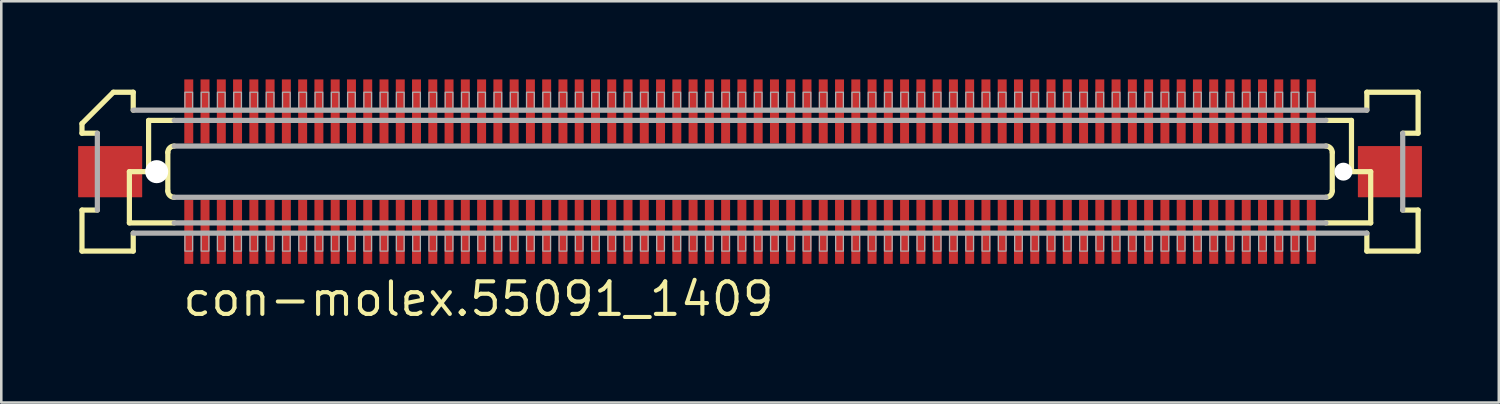
<source format=kicad_pcb>
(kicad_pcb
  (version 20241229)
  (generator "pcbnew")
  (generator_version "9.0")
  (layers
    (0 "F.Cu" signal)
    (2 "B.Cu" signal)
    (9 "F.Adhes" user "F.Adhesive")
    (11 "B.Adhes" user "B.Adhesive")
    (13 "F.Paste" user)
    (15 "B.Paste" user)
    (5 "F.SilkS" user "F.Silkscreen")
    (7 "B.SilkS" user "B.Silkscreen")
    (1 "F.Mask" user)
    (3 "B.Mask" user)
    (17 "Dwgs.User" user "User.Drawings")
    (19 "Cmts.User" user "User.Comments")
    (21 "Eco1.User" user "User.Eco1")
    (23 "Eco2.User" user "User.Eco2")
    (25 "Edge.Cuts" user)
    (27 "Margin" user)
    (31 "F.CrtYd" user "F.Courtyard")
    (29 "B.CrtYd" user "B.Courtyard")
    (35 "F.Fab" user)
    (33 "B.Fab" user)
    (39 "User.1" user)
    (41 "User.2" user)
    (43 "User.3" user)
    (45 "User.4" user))
  (footprint "con-molex.55091_1409"
    (layer "F.Cu")
    (at 26.225 3.65)
    (property "Reference" "con-molex.55091_1409" (at -22.225 5.715 0) (layer "F.SilkS") (effects (font (size 1.27 1.27) (thickness 0.16)) (justify left bottom)))
    (attr smd)
    (fp_rect (start -22.108 -1.075) (end -21.707 -3.625) (stroke (width 0.05) (type default)) (fill yes) (layer "F.Mask"))
    (fp_rect (start -22.108 3.625) (end -21.707 1.075) (stroke (width 0.05) (type default)) (fill yes) (layer "F.Mask"))
    (fp_rect (start -21.473 -1.075) (end -21.073 -3.625) (stroke (width 0.05) (type default)) (fill yes) (layer "F.Mask"))
    (fp_rect (start -21.473 3.625) (end -21.073 1.075) (stroke (width 0.05) (type default)) (fill yes) (layer "F.Mask"))
    (fp_rect (start -20.837 -1.075) (end -20.438 -3.625) (stroke (width 0.05) (type default)) (fill yes) (layer "F.Mask"))
    (fp_rect (start -20.837 3.625) (end -20.438 1.075) (stroke (width 0.05) (type default)) (fill yes) (layer "F.Mask"))
    (fp_rect (start -20.203 -1.075) (end -19.802 -3.625) (stroke (width 0.05) (type default)) (fill yes) (layer "F.Mask"))
    (fp_rect (start -20.203 3.625) (end -19.802 1.075) (stroke (width 0.05) (type default)) (fill yes) (layer "F.Mask"))
    (fp_rect (start -19.567 -1.075) (end -19.168 -3.625) (stroke (width 0.05) (type default)) (fill yes) (layer "F.Mask"))
    (fp_rect (start -19.567 3.625) (end -19.168 1.075) (stroke (width 0.05) (type default)) (fill yes) (layer "F.Mask"))
    (fp_rect (start -18.933 -1.075) (end -18.532 -3.625) (stroke (width 0.05) (type default)) (fill yes) (layer "F.Mask"))
    (fp_rect (start -18.933 3.625) (end -18.532 1.075) (stroke (width 0.05) (type default)) (fill yes) (layer "F.Mask"))
    (fp_rect (start -18.297 -1.075) (end -17.898 -3.625) (stroke (width 0.05) (type default)) (fill yes) (layer "F.Mask"))
    (fp_rect (start -18.297 3.625) (end -17.898 1.075) (stroke (width 0.05) (type default)) (fill yes) (layer "F.Mask"))
    (fp_rect (start -17.663 -1.075) (end -17.262 -3.625) (stroke (width 0.05) (type default)) (fill yes) (layer "F.Mask"))
    (fp_rect (start -17.663 3.625) (end -17.262 1.075) (stroke (width 0.05) (type default)) (fill yes) (layer "F.Mask"))
    (fp_rect (start -17.027 -1.075) (end -16.628 -3.625) (stroke (width 0.05) (type default)) (fill yes) (layer "F.Mask"))
    (fp_rect (start -17.027 3.625) (end -16.628 1.075) (stroke (width 0.05) (type default)) (fill yes) (layer "F.Mask"))
    (fp_rect (start -16.392 -1.075) (end -15.992 -3.625) (stroke (width 0.05) (type default)) (fill yes) (layer "F.Mask"))
    (fp_rect (start -16.392 3.625) (end -15.992 1.075) (stroke (width 0.05) (type default)) (fill yes) (layer "F.Mask"))
    (fp_rect (start -15.758 -1.075) (end -15.357 -3.625) (stroke (width 0.05) (type default)) (fill yes) (layer "F.Mask"))
    (fp_rect (start -15.758 3.625) (end -15.357 1.075) (stroke (width 0.05) (type default)) (fill yes) (layer "F.Mask"))
    (fp_rect (start -15.123 -1.075) (end -14.723 -3.625) (stroke (width 0.05) (type default)) (fill yes) (layer "F.Mask"))
    (fp_rect (start -15.123 3.625) (end -14.723 1.075) (stroke (width 0.05) (type default)) (fill yes) (layer "F.Mask"))
    (fp_rect (start -14.488 -1.075) (end -14.088 -3.625) (stroke (width 0.05) (type default)) (fill yes) (layer "F.Mask"))
    (fp_rect (start -14.488 3.625) (end -14.088 1.075) (stroke (width 0.05) (type default)) (fill yes) (layer "F.Mask"))
    (fp_rect (start -13.852 -1.075) (end -13.453 -3.625) (stroke (width 0.05) (type default)) (fill yes) (layer "F.Mask"))
    (fp_rect (start -13.852 3.625) (end -13.453 1.075) (stroke (width 0.05) (type default)) (fill yes) (layer "F.Mask"))
    (fp_rect (start -13.217 -1.075) (end -12.818 -3.625) (stroke (width 0.05) (type default)) (fill yes) (layer "F.Mask"))
    (fp_rect (start -13.217 3.625) (end -12.818 1.075) (stroke (width 0.05) (type default)) (fill yes) (layer "F.Mask"))
    (fp_rect (start -12.582 -1.075) (end -12.182 -3.625) (stroke (width 0.05) (type default)) (fill yes) (layer "F.Mask"))
    (fp_rect (start -12.582 3.625) (end -12.182 1.075) (stroke (width 0.05) (type default)) (fill yes) (layer "F.Mask"))
    (fp_rect (start -11.947 -1.075) (end -11.547 -3.625) (stroke (width 0.05) (type default)) (fill yes) (layer "F.Mask"))
    (fp_rect (start -11.947 3.625) (end -11.547 1.075) (stroke (width 0.05) (type default)) (fill yes) (layer "F.Mask"))
    (fp_rect (start -11.312 -1.075) (end -10.912 -3.625) (stroke (width 0.05) (type default)) (fill yes) (layer "F.Mask"))
    (fp_rect (start -11.312 3.625) (end -10.912 1.075) (stroke (width 0.05) (type default)) (fill yes) (layer "F.Mask"))
    (fp_rect (start -10.678 -1.075) (end -10.277 -3.625) (stroke (width 0.05) (type default)) (fill yes) (layer "F.Mask"))
    (fp_rect (start -10.678 3.625) (end -10.277 1.075) (stroke (width 0.05) (type default)) (fill yes) (layer "F.Mask"))
    (fp_rect (start -10.043 -1.075) (end -9.643 -3.625) (stroke (width 0.05) (type default)) (fill yes) (layer "F.Mask"))
    (fp_rect (start -10.043 3.625) (end -9.643 1.075) (stroke (width 0.05) (type default)) (fill yes) (layer "F.Mask"))
    (fp_rect (start -9.408 -1.075) (end -9.008 -3.625) (stroke (width 0.05) (type default)) (fill yes) (layer "F.Mask"))
    (fp_rect (start -9.408 3.625) (end -9.008 1.075) (stroke (width 0.05) (type default)) (fill yes) (layer "F.Mask"))
    (fp_rect (start -8.773 -1.075) (end -8.373 -3.625) (stroke (width 0.05) (type default)) (fill yes) (layer "F.Mask"))
    (fp_rect (start -8.773 3.625) (end -8.373 1.075) (stroke (width 0.05) (type default)) (fill yes) (layer "F.Mask"))
    (fp_rect (start -8.137 -1.075) (end -7.737 -3.625) (stroke (width 0.05) (type default)) (fill yes) (layer "F.Mask"))
    (fp_rect (start -8.137 3.625) (end -7.737 1.075) (stroke (width 0.05) (type default)) (fill yes) (layer "F.Mask"))
    (fp_rect (start -7.503 -1.075) (end -7.103 -3.625) (stroke (width 0.05) (type default)) (fill yes) (layer "F.Mask"))
    (fp_rect (start -7.503 3.625) (end -7.103 1.075) (stroke (width 0.05) (type default)) (fill yes) (layer "F.Mask"))
    (fp_rect (start -6.867 -1.075) (end -6.468 -3.625) (stroke (width 0.05) (type default)) (fill yes) (layer "F.Mask"))
    (fp_rect (start -6.867 3.625) (end -6.468 1.075) (stroke (width 0.05) (type default)) (fill yes) (layer "F.Mask"))
    (fp_rect (start -6.232 -1.075) (end -5.832 -3.625) (stroke (width 0.05) (type default)) (fill yes) (layer "F.Mask"))
    (fp_rect (start -6.232 3.625) (end -5.832 1.075) (stroke (width 0.05) (type default)) (fill yes) (layer "F.Mask"))
    (fp_rect (start -5.598 -1.075) (end -5.197 -3.625) (stroke (width 0.05) (type default)) (fill yes) (layer "F.Mask"))
    (fp_rect (start -5.598 3.625) (end -5.197 1.075) (stroke (width 0.05) (type default)) (fill yes) (layer "F.Mask"))
    (fp_rect (start -4.963 -1.075) (end -4.562 -3.625) (stroke (width 0.05) (type default)) (fill yes) (layer "F.Mask"))
    (fp_rect (start -4.963 3.625) (end -4.562 1.075) (stroke (width 0.05) (type default)) (fill yes) (layer "F.Mask"))
    (fp_rect (start -4.327 -1.075) (end -3.928 -3.625) (stroke (width 0.05) (type default)) (fill yes) (layer "F.Mask"))
    (fp_rect (start -4.327 3.625) (end -3.928 1.075) (stroke (width 0.05) (type default)) (fill yes) (layer "F.Mask"))
    (fp_rect (start -3.692 -1.075) (end -3.292 -3.625) (stroke (width 0.05) (type default)) (fill yes) (layer "F.Mask"))
    (fp_rect (start -3.692 3.625) (end -3.292 1.075) (stroke (width 0.05) (type default)) (fill yes) (layer "F.Mask"))
    (fp_rect (start -3.058 -1.075) (end -2.658 -3.625) (stroke (width 0.05) (type default)) (fill yes) (layer "F.Mask"))
    (fp_rect (start -3.058 3.625) (end -2.658 1.075) (stroke (width 0.05) (type default)) (fill yes) (layer "F.Mask"))
    (fp_rect (start -2.422 -1.075) (end -2.022 -3.625) (stroke (width 0.05) (type default)) (fill yes) (layer "F.Mask"))
    (fp_rect (start -2.422 3.625) (end -2.022 1.075) (stroke (width 0.05) (type default)) (fill yes) (layer "F.Mask"))
    (fp_rect (start -1.788 -1.075) (end -1.387 -3.625) (stroke (width 0.05) (type default)) (fill yes) (layer "F.Mask"))
    (fp_rect (start -1.788 3.625) (end -1.387 1.075) (stroke (width 0.05) (type default)) (fill yes) (layer "F.Mask"))
    (fp_rect (start -1.153 -1.075) (end -0.752 -3.625) (stroke (width 0.05) (type default)) (fill yes) (layer "F.Mask"))
    (fp_rect (start -1.153 3.625) (end -0.752 1.075) (stroke (width 0.05) (type default)) (fill yes) (layer "F.Mask"))
    (fp_rect (start -0.517 -1.075) (end -0.117 -3.625) (stroke (width 0.05) (type default)) (fill yes) (layer "F.Mask"))
    (fp_rect (start -0.517 3.625) (end -0.117 1.075) (stroke (width 0.05) (type default)) (fill yes) (layer "F.Mask"))
    (fp_rect (start 0.117 -1.075) (end 0.517 -3.625) (stroke (width 0.05) (type default)) (fill yes) (layer "F.Mask"))
    (fp_rect (start 0.117 3.625) (end 0.517 1.075) (stroke (width 0.05) (type default)) (fill yes) (layer "F.Mask"))
    (fp_rect (start 0.752 -1.075) (end 1.153 -3.625) (stroke (width 0.05) (type default)) (fill yes) (layer "F.Mask"))
    (fp_rect (start 0.752 3.625) (end 1.153 1.075) (stroke (width 0.05) (type default)) (fill yes) (layer "F.Mask"))
    (fp_rect (start 1.387 -1.075) (end 1.788 -3.625) (stroke (width 0.05) (type default)) (fill yes) (layer "F.Mask"))
    (fp_rect (start 1.387 3.625) (end 1.788 1.075) (stroke (width 0.05) (type default)) (fill yes) (layer "F.Mask"))
    (fp_rect (start 2.022 -1.075) (end 2.422 -3.625) (stroke (width 0.05) (type default)) (fill yes) (layer "F.Mask"))
    (fp_rect (start 2.022 3.625) (end 2.422 1.075) (stroke (width 0.05) (type default)) (fill yes) (layer "F.Mask"))
    (fp_rect (start 2.658 -1.075) (end 3.058 -3.625) (stroke (width 0.05) (type default)) (fill yes) (layer "F.Mask"))
    (fp_rect (start 2.658 3.625) (end 3.058 1.075) (stroke (width 0.05) (type default)) (fill yes) (layer "F.Mask"))
    (fp_rect (start 3.292 -1.075) (end 3.692 -3.625) (stroke (width 0.05) (type default)) (fill yes) (layer "F.Mask"))
    (fp_rect (start 3.292 3.625) (end 3.692 1.075) (stroke (width 0.05) (type default)) (fill yes) (layer "F.Mask"))
    (fp_rect (start 3.928 -1.075) (end 4.327 -3.625) (stroke (width 0.05) (type default)) (fill yes) (layer "F.Mask"))
    (fp_rect (start 3.928 3.625) (end 4.327 1.075) (stroke (width 0.05) (type default)) (fill yes) (layer "F.Mask"))
    (fp_rect (start 4.562 -1.075) (end 4.963 -3.625) (stroke (width 0.05) (type default)) (fill yes) (layer "F.Mask"))
    (fp_rect (start 4.562 3.625) (end 4.963 1.075) (stroke (width 0.05) (type default)) (fill yes) (layer "F.Mask"))
    (fp_rect (start 5.197 -1.075) (end 5.598 -3.625) (stroke (width 0.05) (type default)) (fill yes) (layer "F.Mask"))
    (fp_rect (start 5.197 3.625) (end 5.598 1.075) (stroke (width 0.05) (type default)) (fill yes) (layer "F.Mask"))
    (fp_rect (start 5.832 -1.075) (end 6.232 -3.625) (stroke (width 0.05) (type default)) (fill yes) (layer "F.Mask"))
    (fp_rect (start 5.832 3.625) (end 6.232 1.075) (stroke (width 0.05) (type default)) (fill yes) (layer "F.Mask"))
    (fp_rect (start 6.468 -1.075) (end 6.867 -3.625) (stroke (width 0.05) (type default)) (fill yes) (layer "F.Mask"))
    (fp_rect (start 6.468 3.625) (end 6.867 1.075) (stroke (width 0.05) (type default)) (fill yes) (layer "F.Mask"))
    (fp_rect (start 7.103 -1.075) (end 7.503 -3.625) (stroke (width 0.05) (type default)) (fill yes) (layer "F.Mask"))
    (fp_rect (start 7.103 3.625) (end 7.503 1.075) (stroke (width 0.05) (type default)) (fill yes) (layer "F.Mask"))
    (fp_rect (start 7.737 -1.075) (end 8.137 -3.625) (stroke (width 0.05) (type default)) (fill yes) (layer "F.Mask"))
    (fp_rect (start 7.737 3.625) (end 8.137 1.075) (stroke (width 0.05) (type default)) (fill yes) (layer "F.Mask"))
    (fp_rect (start 8.373 -1.075) (end 8.773 -3.625) (stroke (width 0.05) (type default)) (fill yes) (layer "F.Mask"))
    (fp_rect (start 8.373 3.625) (end 8.773 1.075) (stroke (width 0.05) (type default)) (fill yes) (layer "F.Mask"))
    (fp_rect (start 9.008 -1.075) (end 9.408 -3.625) (stroke (width 0.05) (type default)) (fill yes) (layer "F.Mask"))
    (fp_rect (start 9.008 3.625) (end 9.408 1.075) (stroke (width 0.05) (type default)) (fill yes) (layer "F.Mask"))
    (fp_rect (start 9.643 -1.075) (end 10.043 -3.625) (stroke (width 0.05) (type default)) (fill yes) (layer "F.Mask"))
    (fp_rect (start 9.643 3.625) (end 10.043 1.075) (stroke (width 0.05) (type default)) (fill yes) (layer "F.Mask"))
    (fp_rect (start 10.277 -1.075) (end 10.678 -3.625) (stroke (width 0.05) (type default)) (fill yes) (layer "F.Mask"))
    (fp_rect (start 10.277 3.625) (end 10.678 1.075) (stroke (width 0.05) (type default)) (fill yes) (layer "F.Mask"))
    (fp_rect (start 10.912 -1.075) (end 11.312 -3.625) (stroke (width 0.05) (type default)) (fill yes) (layer "F.Mask"))
    (fp_rect (start 10.912 3.625) (end 11.312 1.075) (stroke (width 0.05) (type default)) (fill yes) (layer "F.Mask"))
    (fp_rect (start 11.547 -1.075) (end 11.947 -3.625) (stroke (width 0.05) (type default)) (fill yes) (layer "F.Mask"))
    (fp_rect (start 11.547 3.625) (end 11.947 1.075) (stroke (width 0.05) (type default)) (fill yes) (layer "F.Mask"))
    (fp_rect (start 12.182 -1.075) (end 12.582 -3.625) (stroke (width 0.05) (type default)) (fill yes) (layer "F.Mask"))
    (fp_rect (start 12.182 3.625) (end 12.582 1.075) (stroke (width 0.05) (type default)) (fill yes) (layer "F.Mask"))
    (fp_rect (start 12.818 -1.075) (end 13.217 -3.625) (stroke (width 0.05) (type default)) (fill yes) (layer "F.Mask"))
    (fp_rect (start 12.818 3.625) (end 13.217 1.075) (stroke (width 0.05) (type default)) (fill yes) (layer "F.Mask"))
    (fp_rect (start 13.453 -1.075) (end 13.852 -3.625) (stroke (width 0.05) (type default)) (fill yes) (layer "F.Mask"))
    (fp_rect (start 13.453 3.625) (end 13.852 1.075) (stroke (width 0.05) (type default)) (fill yes) (layer "F.Mask"))
    (fp_rect (start 14.088 -1.075) (end 14.488 -3.625) (stroke (width 0.05) (type default)) (fill yes) (layer "F.Mask"))
    (fp_rect (start 14.088 3.625) (end 14.488 1.075) (stroke (width 0.05) (type default)) (fill yes) (layer "F.Mask"))
    (fp_rect (start 14.723 -1.075) (end 15.123 -3.625) (stroke (width 0.05) (type default)) (fill yes) (layer "F.Mask"))
    (fp_rect (start 14.723 3.625) (end 15.123 1.075) (stroke (width 0.05) (type default)) (fill yes) (layer "F.Mask"))
    (fp_rect (start 15.357 -1.075) (end 15.758 -3.625) (stroke (width 0.05) (type default)) (fill yes) (layer "F.Mask"))
    (fp_rect (start 15.357 3.625) (end 15.758 1.075) (stroke (width 0.05) (type default)) (fill yes) (layer "F.Mask"))
    (fp_rect (start 15.992 -1.075) (end 16.392 -3.625) (stroke (width 0.05) (type default)) (fill yes) (layer "F.Mask"))
    (fp_rect (start 15.992 3.625) (end 16.392 1.075) (stroke (width 0.05) (type default)) (fill yes) (layer "F.Mask"))
    (fp_rect (start 16.628 -1.075) (end 17.027 -3.625) (stroke (width 0.05) (type default)) (fill yes) (layer "F.Mask"))
    (fp_rect (start 16.628 3.625) (end 17.027 1.075) (stroke (width 0.05) (type default)) (fill yes) (layer "F.Mask"))
    (fp_rect (start 17.262 -1.075) (end 17.663 -3.625) (stroke (width 0.05) (type default)) (fill yes) (layer "F.Mask"))
    (fp_rect (start 17.262 3.625) (end 17.663 1.075) (stroke (width 0.05) (type default)) (fill yes) (layer "F.Mask"))
    (fp_rect (start 17.898 -1.075) (end 18.297 -3.625) (stroke (width 0.05) (type default)) (fill yes) (layer "F.Mask"))
    (fp_rect (start 17.898 3.625) (end 18.297 1.075) (stroke (width 0.05) (type default)) (fill yes) (layer "F.Mask"))
    (fp_rect (start 18.532 -1.075) (end 18.933 -3.625) (stroke (width 0.05) (type default)) (fill yes) (layer "F.Mask"))
    (fp_rect (start 18.532 3.625) (end 18.933 1.075) (stroke (width 0.05) (type default)) (fill yes) (layer "F.Mask"))
    (fp_rect (start 19.168 -1.075) (end 19.567 -3.625) (stroke (width 0.05) (type default)) (fill yes) (layer "F.Mask"))
    (fp_rect (start 19.168 3.625) (end 19.567 1.075) (stroke (width 0.05) (type default)) (fill yes) (layer "F.Mask"))
    (fp_rect (start 19.802 -1.075) (end 20.203 -3.625) (stroke (width 0.05) (type default)) (fill yes) (layer "F.Mask"))
    (fp_rect (start 19.802 3.625) (end 20.203 1.075) (stroke (width 0.05) (type default)) (fill yes) (layer "F.Mask"))
    (fp_rect (start 20.438 -1.075) (end 20.837 -3.625) (stroke (width 0.05) (type default)) (fill yes) (layer "F.Mask"))
    (fp_rect (start 20.438 3.625) (end 20.837 1.075) (stroke (width 0.05) (type default)) (fill yes) (layer "F.Mask"))
    (fp_rect (start 21.073 -1.075) (end 21.473 -3.625) (stroke (width 0.05) (type default)) (fill yes) (layer "F.Mask"))
    (fp_rect (start 21.073 3.625) (end 21.473 1.075) (stroke (width 0.05) (type default)) (fill yes) (layer "F.Mask"))
    (fp_rect (start 21.707 -1.075) (end 22.108 -3.625) (stroke (width 0.05) (type default)) (fill yes) (layer "F.Mask"))
    (fp_rect (start 21.707 3.625) (end 22.108 1.075) (stroke (width 0.05) (type default)) (fill yes) (layer "F.Mask"))
    (fp_line (start -26.075 -1.5) (end -26.075 -1.875) (stroke (width 0.203) (type default)) (layer "F.SilkS"))
    (fp_line (start -26.075 1.5) (end -25.475 1.5) (stroke (width 0.203) (type default)) (layer "F.SilkS"))
    (fp_line (start -26.075 3.1) (end -26.075 1.5) (stroke (width 0.203) (type default)) (layer "F.SilkS"))
    (fp_line (start -25.475 -1.5) (end -26.075 -1.5) (stroke (width 0.203) (type default)) (layer "F.SilkS"))
    (fp_line (start -24.85 -3.1) (end -26.075 -1.875) (stroke (width 0.203) (type default)) (layer "F.SilkS"))
    (fp_line (start -24.85 -3.1) (end -24.075 -3.1) (stroke (width 0.203) (type default)) (layer "F.SilkS"))
    (fp_line (start -24.225 0) (end -24.225 2) (stroke (width 0.203) (type default)) (layer "F.SilkS"))
    (fp_line (start -24.225 2) (end -22.475 2) (stroke (width 0.203) (type default)) (layer "F.SilkS"))
    (fp_line (start -24.075 -3.1) (end -24.075 -2.4) (stroke (width 0.203) (type default)) (layer "F.SilkS"))
    (fp_line (start -24.075 2.4) (end -24.075 3.1) (stroke (width 0.203) (type default)) (layer "F.SilkS"))
    (fp_line (start -24.075 3.1) (end -26.075 3.1) (stroke (width 0.203) (type default)) (layer "F.SilkS"))
    (fp_line (start -23.475 -2) (end -23.475 0) (stroke (width 0.203) (type default)) (layer "F.SilkS"))
    (fp_line (start -23.475 0) (end -24.225 0) (stroke (width 0.203) (type default)) (layer "F.SilkS"))
    (fp_line (start -22.725 0.75) (end -22.725 -0.75) (stroke (width 0.203) (type default)) (layer "F.SilkS"))
    (fp_line (start -22.475 -2) (end -23.475 -2) (stroke (width 0.203) (type default)) (layer "F.SilkS"))
    (fp_line (start 22.475 2) (end 24.225 2) (stroke (width 0.203) (type default)) (layer "F.SilkS"))
    (fp_line (start 22.725 -0.75) (end 22.725 0.75) (stroke (width 0.203) (type default)) (layer "F.SilkS"))
    (fp_line (start 23.475 -2) (end 22.475 -2) (stroke (width 0.203) (type default)) (layer "F.SilkS"))
    (fp_line (start 23.475 -2) (end 23.475 0) (stroke (width 0.203) (type default)) (layer "F.SilkS"))
    (fp_line (start 24.075 -3.1) (end 26.075 -3.1) (stroke (width 0.203) (type default)) (layer "F.SilkS"))
    (fp_line (start 24.075 -2.4) (end 24.075 -3.1) (stroke (width 0.203) (type default)) (layer "F.SilkS"))
    (fp_line (start 24.075 3.1) (end 24.075 2.4) (stroke (width 0.203) (type default)) (layer "F.SilkS"))
    (fp_line (start 24.225 0) (end 23.475 0) (stroke (width 0.203) (type default)) (layer "F.SilkS"))
    (fp_line (start 24.225 0) (end 24.225 2) (stroke (width 0.203) (type default)) (layer "F.SilkS"))
    (fp_line (start 25.475 1.5) (end 26.075 1.5) (stroke (width 0.203) (type default)) (layer "F.SilkS"))
    (fp_line (start 26.075 -3.1) (end 26.075 -1.5) (stroke (width 0.203) (type default)) (layer "F.SilkS"))
    (fp_line (start 26.075 -1.5) (end 25.475 -1.5) (stroke (width 0.203) (type default)) (layer "F.SilkS"))
    (fp_line (start 26.075 1.5) (end 26.075 3.1) (stroke (width 0.203) (type default)) (layer "F.SilkS"))
    (fp_line (start 26.075 3.1) (end 24.075 3.1) (stroke (width 0.203) (type default)) (layer "F.SilkS"))
    (fp_arc (start -22.725 -0.75) (mid -22.651777 -0.926777) (end -22.475 -1) (stroke (width 0.2032) (type default)) (layer "F.SilkS"))
    (fp_arc (start -22.475 1) (mid -22.651777 0.926777) (end -22.725 0.75) (stroke (width 0.2032) (type default)) (layer "F.SilkS"))
    (fp_arc (start 22.475 -1) (mid 22.651777 -0.926777) (end 22.725 -0.75) (stroke (width 0.2032) (type default)) (layer "F.SilkS"))
    (fp_arc (start 22.725 0.75) (mid 22.651777 0.926777) (end 22.475 1) (stroke (width 0.2032) (type default)) (layer "F.SilkS"))
    (fp_line (start -25.475 1.5) (end -25.475 -1.5) (stroke (width 0.203) (type default)) (layer "F.Fab"))
    (fp_line (start -24.075 -2.4) (end 24.075 -2.4) (stroke (width 0.203) (type default)) (layer "F.Fab"))
    (fp_line (start -22.475 -1) (end 22.475 -1) (stroke (width 0.203) (type default)) (layer "F.Fab"))
    (fp_line (start -22.475 2) (end 22.475 2) (stroke (width 0.203) (type default)) (layer "F.Fab"))
    (fp_line (start 22.475 -2) (end -22.475 -2) (stroke (width 0.203) (type default)) (layer "F.Fab"))
    (fp_line (start 22.475 1) (end -22.475 1) (stroke (width 0.203) (type default)) (layer "F.Fab"))
    (fp_line (start 24.075 2.4) (end -24.075 2.4) (stroke (width 0.203) (type default)) (layer "F.Fab"))
    (fp_line (start 25.475 -1.5) (end 25.475 1.5) (stroke (width 0.203) (type default)) (layer "F.Fab"))
    (fp_rect (start -22.058 -2.375) (end -21.758 -3.1) (stroke (width 0.05) (type default)) (fill no) (layer "F.Fab"))
    (fp_rect (start -22.058 3.1) (end -21.758 2.375) (stroke (width 0.05) (type default)) (fill no) (layer "F.Fab"))
    (fp_rect (start -21.422 -2.375) (end -21.122 -3.1) (stroke (width 0.05) (type default)) (fill no) (layer "F.Fab"))
    (fp_rect (start -21.422 3.1) (end -21.122 2.375) (stroke (width 0.05) (type default)) (fill no) (layer "F.Fab"))
    (fp_rect (start -20.788 -2.375) (end -20.488 -3.1) (stroke (width 0.05) (type default)) (fill no) (layer "F.Fab"))
    (fp_rect (start -20.788 3.1) (end -20.488 2.375) (stroke (width 0.05) (type default)) (fill no) (layer "F.Fab"))
    (fp_rect (start -20.152 -2.375) (end -19.852 -3.1) (stroke (width 0.05) (type default)) (fill no) (layer "F.Fab"))
    (fp_rect (start -20.152 3.1) (end -19.852 2.375) (stroke (width 0.05) (type default)) (fill no) (layer "F.Fab"))
    (fp_rect (start -19.517 -2.375) (end -19.218 -3.1) (stroke (width 0.05) (type default)) (fill no) (layer "F.Fab"))
    (fp_rect (start -19.517 3.1) (end -19.218 2.375) (stroke (width 0.05) (type default)) (fill no) (layer "F.Fab"))
    (fp_rect (start -18.883 -2.375) (end -18.582 -3.1) (stroke (width 0.05) (type default)) (fill no) (layer "F.Fab"))
    (fp_rect (start -18.883 3.1) (end -18.582 2.375) (stroke (width 0.05) (type default)) (fill no) (layer "F.Fab"))
    (fp_rect (start -18.247 -2.375) (end -17.948 -3.1) (stroke (width 0.05) (type default)) (fill no) (layer "F.Fab"))
    (fp_rect (start -18.247 3.1) (end -17.948 2.375) (stroke (width 0.05) (type default)) (fill no) (layer "F.Fab"))
    (fp_rect (start -17.613 -2.375) (end -17.312 -3.1) (stroke (width 0.05) (type default)) (fill no) (layer "F.Fab"))
    (fp_rect (start -17.613 3.1) (end -17.312 2.375) (stroke (width 0.05) (type default)) (fill no) (layer "F.Fab"))
    (fp_rect (start -16.977 -2.375) (end -16.677 -3.1) (stroke (width 0.05) (type default)) (fill no) (layer "F.Fab"))
    (fp_rect (start -16.977 3.1) (end -16.677 2.375) (stroke (width 0.05) (type default)) (fill no) (layer "F.Fab"))
    (fp_rect (start -16.343 -2.375) (end -16.043 -3.1) (stroke (width 0.05) (type default)) (fill no) (layer "F.Fab"))
    (fp_rect (start -16.343 3.1) (end -16.043 2.375) (stroke (width 0.05) (type default)) (fill no) (layer "F.Fab"))
    (fp_rect (start -15.707 -2.375) (end -15.408 -3.1) (stroke (width 0.05) (type default)) (fill no) (layer "F.Fab"))
    (fp_rect (start -15.707 3.1) (end -15.408 2.375) (stroke (width 0.05) (type default)) (fill no) (layer "F.Fab"))
    (fp_rect (start -15.072 -2.375) (end -14.773 -3.1) (stroke (width 0.05) (type default)) (fill no) (layer "F.Fab"))
    (fp_rect (start -15.072 3.1) (end -14.773 2.375) (stroke (width 0.05) (type default)) (fill no) (layer "F.Fab"))
    (fp_rect (start -14.438 -2.375) (end -14.137 -3.1) (stroke (width 0.05) (type default)) (fill no) (layer "F.Fab"))
    (fp_rect (start -14.438 3.1) (end -14.137 2.375) (stroke (width 0.05) (type default)) (fill no) (layer "F.Fab"))
    (fp_rect (start -13.803 -2.375) (end -13.502 -3.1) (stroke (width 0.05) (type default)) (fill no) (layer "F.Fab"))
    (fp_rect (start -13.803 3.1) (end -13.502 2.375) (stroke (width 0.05) (type default)) (fill no) (layer "F.Fab"))
    (fp_rect (start -13.168 -2.375) (end -12.867 -3.1) (stroke (width 0.05) (type default)) (fill no) (layer "F.Fab"))
    (fp_rect (start -13.168 3.1) (end -12.867 2.375) (stroke (width 0.05) (type default)) (fill no) (layer "F.Fab"))
    (fp_rect (start -12.533 -2.375) (end -12.232 -3.1) (stroke (width 0.05) (type default)) (fill no) (layer "F.Fab"))
    (fp_rect (start -12.533 3.1) (end -12.232 2.375) (stroke (width 0.05) (type default)) (fill no) (layer "F.Fab"))
    (fp_rect (start -11.898 -2.375) (end -11.598 -3.1) (stroke (width 0.05) (type default)) (fill no) (layer "F.Fab"))
    (fp_rect (start -11.898 3.1) (end -11.598 2.375) (stroke (width 0.05) (type default)) (fill no) (layer "F.Fab"))
    (fp_rect (start -11.262 -2.375) (end -10.963 -3.1) (stroke (width 0.05) (type default)) (fill no) (layer "F.Fab"))
    (fp_rect (start -11.262 3.1) (end -10.963 2.375) (stroke (width 0.05) (type default)) (fill no) (layer "F.Fab"))
    (fp_rect (start -10.627 -2.375) (end -10.328 -3.1) (stroke (width 0.05) (type default)) (fill no) (layer "F.Fab"))
    (fp_rect (start -10.627 3.1) (end -10.328 2.375) (stroke (width 0.05) (type default)) (fill no) (layer "F.Fab"))
    (fp_rect (start -9.992 -2.375) (end -9.693 -3.1) (stroke (width 0.05) (type default)) (fill no) (layer "F.Fab"))
    (fp_rect (start -9.992 3.1) (end -9.693 2.375) (stroke (width 0.05) (type default)) (fill no) (layer "F.Fab"))
    (fp_rect (start -9.357 -2.375) (end -9.057 -3.1) (stroke (width 0.05) (type default)) (fill no) (layer "F.Fab"))
    (fp_rect (start -9.357 3.1) (end -9.057 2.375) (stroke (width 0.05) (type default)) (fill no) (layer "F.Fab"))
    (fp_rect (start -8.723 -2.375) (end -8.422 -3.1) (stroke (width 0.05) (type default)) (fill no) (layer "F.Fab"))
    (fp_rect (start -8.723 3.1) (end -8.422 2.375) (stroke (width 0.05) (type default)) (fill no) (layer "F.Fab"))
    (fp_rect (start -8.088 -2.375) (end -7.787 -3.1) (stroke (width 0.05) (type default)) (fill no) (layer "F.Fab"))
    (fp_rect (start -8.088 3.1) (end -7.787 2.375) (stroke (width 0.05) (type default)) (fill no) (layer "F.Fab"))
    (fp_rect (start -7.452 -2.375) (end -7.152 -3.1) (stroke (width 0.05) (type default)) (fill no) (layer "F.Fab"))
    (fp_rect (start -7.452 3.1) (end -7.152 2.375) (stroke (width 0.05) (type default)) (fill no) (layer "F.Fab"))
    (fp_rect (start -6.817 -2.375) (end -6.518 -3.1) (stroke (width 0.05) (type default)) (fill no) (layer "F.Fab"))
    (fp_rect (start -6.817 3.1) (end -6.518 2.375) (stroke (width 0.05) (type default)) (fill no) (layer "F.Fab"))
    (fp_rect (start -6.183 -2.375) (end -5.883 -3.1) (stroke (width 0.05) (type default)) (fill no) (layer "F.Fab"))
    (fp_rect (start -6.183 3.1) (end -5.883 2.375) (stroke (width 0.05) (type default)) (fill no) (layer "F.Fab"))
    (fp_rect (start -5.548 -2.375) (end -5.247 -3.1) (stroke (width 0.05) (type default)) (fill no) (layer "F.Fab"))
    (fp_rect (start -5.548 3.1) (end -5.247 2.375) (stroke (width 0.05) (type default)) (fill no) (layer "F.Fab"))
    (fp_rect (start -4.912 -2.375) (end -4.612 -3.1) (stroke (width 0.05) (type default)) (fill no) (layer "F.Fab"))
    (fp_rect (start -4.912 3.1) (end -4.612 2.375) (stroke (width 0.05) (type default)) (fill no) (layer "F.Fab"))
    (fp_rect (start -4.277 -2.375) (end -3.978 -3.1) (stroke (width 0.05) (type default)) (fill no) (layer "F.Fab"))
    (fp_rect (start -4.277 3.1) (end -3.978 2.375) (stroke (width 0.05) (type default)) (fill no) (layer "F.Fab"))
    (fp_rect (start -3.643 -2.375) (end -3.342 -3.1) (stroke (width 0.05) (type default)) (fill no) (layer "F.Fab"))
    (fp_rect (start -3.643 3.1) (end -3.342 2.375) (stroke (width 0.05) (type default)) (fill no) (layer "F.Fab"))
    (fp_rect (start -3.007 -2.375) (end -2.708 -3.1) (stroke (width 0.05) (type default)) (fill no) (layer "F.Fab"))
    (fp_rect (start -3.007 3.1) (end -2.708 2.375) (stroke (width 0.05) (type default)) (fill no) (layer "F.Fab"))
    (fp_rect (start -2.373 -2.375) (end -2.072 -3.1) (stroke (width 0.05) (type default)) (fill no) (layer "F.Fab"))
    (fp_rect (start -2.373 3.1) (end -2.072 2.375) (stroke (width 0.05) (type default)) (fill no) (layer "F.Fab"))
    (fp_rect (start -1.738 -2.375) (end -1.438 -3.1) (stroke (width 0.05) (type default)) (fill no) (layer "F.Fab"))
    (fp_rect (start -1.738 3.1) (end -1.438 2.375) (stroke (width 0.05) (type default)) (fill no) (layer "F.Fab"))
    (fp_rect (start -1.103 -2.375) (end -0.802 -3.1) (stroke (width 0.05) (type default)) (fill no) (layer "F.Fab"))
    (fp_rect (start -1.103 3.1) (end -0.802 2.375) (stroke (width 0.05) (type default)) (fill no) (layer "F.Fab"))
    (fp_rect (start -0.468 -2.375) (end -0.168 -3.1) (stroke (width 0.05) (type default)) (fill no) (layer "F.Fab"))
    (fp_rect (start -0.468 3.1) (end -0.168 2.375) (stroke (width 0.05) (type default)) (fill no) (layer "F.Fab"))
    (fp_rect (start 0.168 -2.375) (end 0.468 -3.1) (stroke (width 0.05) (type default)) (fill no) (layer "F.Fab"))
    (fp_rect (start 0.168 3.1) (end 0.468 2.375) (stroke (width 0.05) (type default)) (fill no) (layer "F.Fab"))
    (fp_rect (start 0.802 -2.375) (end 1.103 -3.1) (stroke (width 0.05) (type default)) (fill no) (layer "F.Fab"))
    (fp_rect (start 0.802 3.1) (end 1.103 2.375) (stroke (width 0.05) (type default)) (fill no) (layer "F.Fab"))
    (fp_rect (start 1.438 -2.375) (end 1.738 -3.1) (stroke (width 0.05) (type default)) (fill no) (layer "F.Fab"))
    (fp_rect (start 1.438 3.1) (end 1.738 2.375) (stroke (width 0.05) (type default)) (fill no) (layer "F.Fab"))
    (fp_rect (start 2.072 -2.375) (end 2.373 -3.1) (stroke (width 0.05) (type default)) (fill no) (layer "F.Fab"))
    (fp_rect (start 2.072 3.1) (end 2.373 2.375) (stroke (width 0.05) (type default)) (fill no) (layer "F.Fab"))
    (fp_rect (start 2.708 -2.375) (end 3.007 -3.1) (stroke (width 0.05) (type default)) (fill no) (layer "F.Fab"))
    (fp_rect (start 2.708 3.1) (end 3.007 2.375) (stroke (width 0.05) (type default)) (fill no) (layer "F.Fab"))
    (fp_rect (start 3.342 -2.375) (end 3.643 -3.1) (stroke (width 0.05) (type default)) (fill no) (layer "F.Fab"))
    (fp_rect (start 3.342 3.1) (end 3.643 2.375) (stroke (width 0.05) (type default)) (fill no) (layer "F.Fab"))
    (fp_rect (start 3.978 -2.375) (end 4.277 -3.1) (stroke (width 0.05) (type default)) (fill no) (layer "F.Fab"))
    (fp_rect (start 3.978 3.1) (end 4.277 2.375) (stroke (width 0.05) (type default)) (fill no) (layer "F.Fab"))
    (fp_rect (start 4.612 -2.375) (end 4.912 -3.1) (stroke (width 0.05) (type default)) (fill no) (layer "F.Fab"))
    (fp_rect (start 4.612 3.1) (end 4.912 2.375) (stroke (width 0.05) (type default)) (fill no) (layer "F.Fab"))
    (fp_rect (start 5.247 -2.375) (end 5.548 -3.1) (stroke (width 0.05) (type default)) (fill no) (layer "F.Fab"))
    (fp_rect (start 5.247 3.1) (end 5.548 2.375) (stroke (width 0.05) (type default)) (fill no) (layer "F.Fab"))
    (fp_rect (start 5.883 -2.375) (end 6.183 -3.1) (stroke (width 0.05) (type default)) (fill no) (layer "F.Fab"))
    (fp_rect (start 5.883 3.1) (end 6.183 2.375) (stroke (width 0.05) (type default)) (fill no) (layer "F.Fab"))
    (fp_rect (start 6.518 -2.375) (end 6.817 -3.1) (stroke (width 0.05) (type default)) (fill no) (layer "F.Fab"))
    (fp_rect (start 6.518 3.1) (end 6.817 2.375) (stroke (width 0.05) (type default)) (fill no) (layer "F.Fab"))
    (fp_rect (start 7.152 -2.375) (end 7.452 -3.1) (stroke (width 0.05) (type default)) (fill no) (layer "F.Fab"))
    (fp_rect (start 7.152 3.1) (end 7.452 2.375) (stroke (width 0.05) (type default)) (fill no) (layer "F.Fab"))
    (fp_rect (start 7.787 -2.375) (end 8.088 -3.1) (stroke (width 0.05) (type default)) (fill no) (layer "F.Fab"))
    (fp_rect (start 7.787 3.1) (end 8.088 2.375) (stroke (width 0.05) (type default)) (fill no) (layer "F.Fab"))
    (fp_rect (start 8.422 -2.375) (end 8.723 -3.1) (stroke (width 0.05) (type default)) (fill no) (layer "F.Fab"))
    (fp_rect (start 8.422 3.1) (end 8.723 2.375) (stroke (width 0.05) (type default)) (fill no) (layer "F.Fab"))
    (fp_rect (start 9.057 -2.375) (end 9.357 -3.1) (stroke (width 0.05) (type default)) (fill no) (layer "F.Fab"))
    (fp_rect (start 9.057 3.1) (end 9.357 2.375) (stroke (width 0.05) (type default)) (fill no) (layer "F.Fab"))
    (fp_rect (start 9.693 -2.375) (end 9.992 -3.1) (stroke (width 0.05) (type default)) (fill no) (layer "F.Fab"))
    (fp_rect (start 9.693 3.1) (end 9.992 2.375) (stroke (width 0.05) (type default)) (fill no) (layer "F.Fab"))
    (fp_rect (start 10.328 -2.375) (end 10.627 -3.1) (stroke (width 0.05) (type default)) (fill no) (layer "F.Fab"))
    (fp_rect (start 10.328 3.1) (end 10.627 2.375) (stroke (width 0.05) (type default)) (fill no) (layer "F.Fab"))
    (fp_rect (start 10.963 -2.375) (end 11.262 -3.1) (stroke (width 0.05) (type default)) (fill no) (layer "F.Fab"))
    (fp_rect (start 10.963 3.1) (end 11.262 2.375) (stroke (width 0.05) (type default)) (fill no) (layer "F.Fab"))
    (fp_rect (start 11.598 -2.375) (end 11.898 -3.1) (stroke (width 0.05) (type default)) (fill no) (layer "F.Fab"))
    (fp_rect (start 11.598 3.1) (end 11.898 2.375) (stroke (width 0.05) (type default)) (fill no) (layer "F.Fab"))
    (fp_rect (start 12.232 -2.375) (end 12.533 -3.1) (stroke (width 0.05) (type default)) (fill no) (layer "F.Fab"))
    (fp_rect (start 12.232 3.1) (end 12.533 2.375) (stroke (width 0.05) (type default)) (fill no) (layer "F.Fab"))
    (fp_rect (start 12.867 -2.375) (end 13.168 -3.1) (stroke (width 0.05) (type default)) (fill no) (layer "F.Fab"))
    (fp_rect (start 12.867 3.1) (end 13.168 2.375) (stroke (width 0.05) (type default)) (fill no) (layer "F.Fab"))
    (fp_rect (start 13.502 -2.375) (end 13.803 -3.1) (stroke (width 0.05) (type default)) (fill no) (layer "F.Fab"))
    (fp_rect (start 13.502 3.1) (end 13.803 2.375) (stroke (width 0.05) (type default)) (fill no) (layer "F.Fab"))
    (fp_rect (start 14.137 -2.375) (end 14.438 -3.1) (stroke (width 0.05) (type default)) (fill no) (layer "F.Fab"))
    (fp_rect (start 14.137 3.1) (end 14.438 2.375) (stroke (width 0.05) (type default)) (fill no) (layer "F.Fab"))
    (fp_rect (start 14.773 -2.375) (end 15.072 -3.1) (stroke (width 0.05) (type default)) (fill no) (layer "F.Fab"))
    (fp_rect (start 14.773 3.1) (end 15.072 2.375) (stroke (width 0.05) (type default)) (fill no) (layer "F.Fab"))
    (fp_rect (start 15.408 -2.375) (end 15.707 -3.1) (stroke (width 0.05) (type default)) (fill no) (layer "F.Fab"))
    (fp_rect (start 15.408 3.1) (end 15.707 2.375) (stroke (width 0.05) (type default)) (fill no) (layer "F.Fab"))
    (fp_rect (start 16.043 -2.375) (end 16.343 -3.1) (stroke (width 0.05) (type default)) (fill no) (layer "F.Fab"))
    (fp_rect (start 16.043 3.1) (end 16.343 2.375) (stroke (width 0.05) (type default)) (fill no) (layer "F.Fab"))
    (fp_rect (start 16.677 -2.375) (end 16.977 -3.1) (stroke (width 0.05) (type default)) (fill no) (layer "F.Fab"))
    (fp_rect (start 16.677 3.1) (end 16.977 2.375) (stroke (width 0.05) (type default)) (fill no) (layer "F.Fab"))
    (fp_rect (start 17.312 -2.375) (end 17.613 -3.1) (stroke (width 0.05) (type default)) (fill no) (layer "F.Fab"))
    (fp_rect (start 17.312 3.1) (end 17.613 2.375) (stroke (width 0.05) (type default)) (fill no) (layer "F.Fab"))
    (fp_rect (start 17.948 -2.375) (end 18.247 -3.1) (stroke (width 0.05) (type default)) (fill no) (layer "F.Fab"))
    (fp_rect (start 17.948 3.1) (end 18.247 2.375) (stroke (width 0.05) (type default)) (fill no) (layer "F.Fab"))
    (fp_rect (start 18.582 -2.375) (end 18.883 -3.1) (stroke (width 0.05) (type default)) (fill no) (layer "F.Fab"))
    (fp_rect (start 18.582 3.1) (end 18.883 2.375) (stroke (width 0.05) (type default)) (fill no) (layer "F.Fab"))
    (fp_rect (start 19.218 -2.375) (end 19.517 -3.1) (stroke (width 0.05) (type default)) (fill no) (layer "F.Fab"))
    (fp_rect (start 19.218 3.1) (end 19.517 2.375) (stroke (width 0.05) (type default)) (fill no) (layer "F.Fab"))
    (fp_rect (start 19.852 -2.375) (end 20.152 -3.1) (stroke (width 0.05) (type default)) (fill no) (layer "F.Fab"))
    (fp_rect (start 19.852 3.1) (end 20.152 2.375) (stroke (width 0.05) (type default)) (fill no) (layer "F.Fab"))
    (fp_rect (start 20.488 -2.375) (end 20.788 -3.1) (stroke (width 0.05) (type default)) (fill no) (layer "F.Fab"))
    (fp_rect (start 20.488 3.1) (end 20.788 2.375) (stroke (width 0.05) (type default)) (fill no) (layer "F.Fab"))
    (fp_rect (start 21.122 -2.375) (end 21.422 -3.1) (stroke (width 0.05) (type default)) (fill no) (layer "F.Fab"))
    (fp_rect (start 21.122 3.1) (end 21.422 2.375) (stroke (width 0.05) (type default)) (fill no) (layer "F.Fab"))
    (fp_rect (start 21.758 -2.375) (end 22.058 -3.1) (stroke (width 0.05) (type default)) (fill no) (layer "F.Fab"))
    (fp_rect (start 21.758 3.1) (end 22.058 2.375) (stroke (width 0.05) (type default)) (fill no) (layer "F.Fab"))
    (pad "" np_thru_hole circle (at -23.16 0) (size 0.9 0.9) (drill 0.9) (layers "*.Cu" "*.Mask"))
    (pad "" np_thru_hole circle (at 23.16 0) (size 0.7 0.7) (drill 0.7) (layers "*.Cu" "*.Mask"))
    (pad "1" smd roundrect (at -21.907 -2.35) (size 0.35 2.5) (layers "F.Cu" "F.Mask" "F.Paste") (roundrect_rratio 0.01))
    (pad "2" smd roundrect (at -21.907 2.35 180) (size 0.35 2.5) (layers "F.Cu" "F.Mask" "F.Paste") (roundrect_rratio 0.01))
    (pad "3" smd roundrect (at -21.273 -2.35) (size 0.35 2.5) (layers "F.Cu" "F.Mask" "F.Paste") (roundrect_rratio 0.01))
    (pad "4" smd roundrect (at -21.273 2.35 180) (size 0.35 2.5) (layers "F.Cu" "F.Mask" "F.Paste") (roundrect_rratio 0.01))
    (pad "5" smd roundrect (at -20.637 -2.35) (size 0.35 2.5) (layers "F.Cu" "F.Mask" "F.Paste") (roundrect_rratio 0.01))
    (pad "6" smd roundrect (at -20.637 2.35 180) (size 0.35 2.5) (layers "F.Cu" "F.Mask" "F.Paste") (roundrect_rratio 0.01))
    (pad "7" smd roundrect (at -20.003 -2.35) (size 0.35 2.5) (layers "F.Cu" "F.Mask" "F.Paste") (roundrect_rratio 0.01))
    (pad "8" smd roundrect (at -20.003 2.35 180) (size 0.35 2.5) (layers "F.Cu" "F.Mask" "F.Paste") (roundrect_rratio 0.01))
    (pad "9" smd roundrect (at -19.367 -2.35) (size 0.35 2.5) (layers "F.Cu" "F.Mask" "F.Paste") (roundrect_rratio 0.01))
    (pad "10" smd roundrect (at -19.367 2.35 180) (size 0.35 2.5) (layers "F.Cu" "F.Mask" "F.Paste") (roundrect_rratio 0.01))
    (pad "11" smd roundrect (at -18.733 -2.35) (size 0.35 2.5) (layers "F.Cu" "F.Mask" "F.Paste") (roundrect_rratio 0.01))
    (pad "12" smd roundrect (at -18.733 2.35 180) (size 0.35 2.5) (layers "F.Cu" "F.Mask" "F.Paste") (roundrect_rratio 0.01))
    (pad "13" smd roundrect (at -18.098 -2.35) (size 0.35 2.5) (layers "F.Cu" "F.Mask" "F.Paste") (roundrect_rratio 0.01))
    (pad "14" smd roundrect (at -18.098 2.35 180) (size 0.35 2.5) (layers "F.Cu" "F.Mask" "F.Paste") (roundrect_rratio 0.01))
    (pad "15" smd roundrect (at -17.462 -2.35) (size 0.35 2.5) (layers "F.Cu" "F.Mask" "F.Paste") (roundrect_rratio 0.01))
    (pad "16" smd roundrect (at -17.462 2.35 180) (size 0.35 2.5) (layers "F.Cu" "F.Mask" "F.Paste") (roundrect_rratio 0.01))
    (pad "17" smd roundrect (at -16.828 -2.35) (size 0.35 2.5) (layers "F.Cu" "F.Mask" "F.Paste") (roundrect_rratio 0.01))
    (pad "18" smd roundrect (at -16.828 2.35 180) (size 0.35 2.5) (layers "F.Cu" "F.Mask" "F.Paste") (roundrect_rratio 0.01))
    (pad "19" smd roundrect (at -16.192 -2.35) (size 0.35 2.5) (layers "F.Cu" "F.Mask" "F.Paste") (roundrect_rratio 0.01))
    (pad "20" smd roundrect (at -16.192 2.35 180) (size 0.35 2.5) (layers "F.Cu" "F.Mask" "F.Paste") (roundrect_rratio 0.01))
    (pad "21" smd roundrect (at -15.557 -2.35) (size 0.35 2.5) (layers "F.Cu" "F.Mask" "F.Paste") (roundrect_rratio 0.01))
    (pad "22" smd roundrect (at -15.557 2.35 180) (size 0.35 2.5) (layers "F.Cu" "F.Mask" "F.Paste") (roundrect_rratio 0.01))
    (pad "23" smd roundrect (at -14.922 -2.35) (size 0.35 2.5) (layers "F.Cu" "F.Mask" "F.Paste") (roundrect_rratio 0.01))
    (pad "24" smd roundrect (at -14.922 2.35 180) (size 0.35 2.5) (layers "F.Cu" "F.Mask" "F.Paste") (roundrect_rratio 0.01))
    (pad "25" smd roundrect (at -14.287 -2.35) (size 0.35 2.5) (layers "F.Cu" "F.Mask" "F.Paste") (roundrect_rratio 0.01))
    (pad "26" smd roundrect (at -14.287 2.35 180) (size 0.35 2.5) (layers "F.Cu" "F.Mask" "F.Paste") (roundrect_rratio 0.01))
    (pad "27" smd roundrect (at -13.652 -2.35) (size 0.35 2.5) (layers "F.Cu" "F.Mask" "F.Paste") (roundrect_rratio 0.01))
    (pad "28" smd roundrect (at -13.652 2.35 180) (size 0.35 2.5) (layers "F.Cu" "F.Mask" "F.Paste") (roundrect_rratio 0.01))
    (pad "29" smd roundrect (at -13.018 -2.35) (size 0.35 2.5) (layers "F.Cu" "F.Mask" "F.Paste") (roundrect_rratio 0.01))
    (pad "30" smd roundrect (at -13.018 2.35 180) (size 0.35 2.5) (layers "F.Cu" "F.Mask" "F.Paste") (roundrect_rratio 0.01))
    (pad "31" smd roundrect (at -12.383 -2.35) (size 0.35 2.5) (layers "F.Cu" "F.Mask" "F.Paste") (roundrect_rratio 0.01))
    (pad "32" smd roundrect (at -12.383 2.35 180) (size 0.35 2.5) (layers "F.Cu" "F.Mask" "F.Paste") (roundrect_rratio 0.01))
    (pad "33" smd roundrect (at -11.748 -2.35) (size 0.35 2.5) (layers "F.Cu" "F.Mask" "F.Paste") (roundrect_rratio 0.01))
    (pad "34" smd roundrect (at -11.748 2.35 180) (size 0.35 2.5) (layers "F.Cu" "F.Mask" "F.Paste") (roundrect_rratio 0.01))
    (pad "35" smd roundrect (at -11.113 -2.35) (size 0.35 2.5) (layers "F.Cu" "F.Mask" "F.Paste") (roundrect_rratio 0.01))
    (pad "36" smd roundrect (at -11.113 2.35 180) (size 0.35 2.5) (layers "F.Cu" "F.Mask" "F.Paste") (roundrect_rratio 0.01))
    (pad "37" smd roundrect (at -10.477 -2.35) (size 0.35 2.5) (layers "F.Cu" "F.Mask" "F.Paste") (roundrect_rratio 0.01))
    (pad "38" smd roundrect (at -10.477 2.35 180) (size 0.35 2.5) (layers "F.Cu" "F.Mask" "F.Paste") (roundrect_rratio 0.01))
    (pad "39" smd roundrect (at -9.842 -2.35) (size 0.35 2.5) (layers "F.Cu" "F.Mask" "F.Paste") (roundrect_rratio 0.01))
    (pad "40" smd roundrect (at -9.842 2.35 180) (size 0.35 2.5) (layers "F.Cu" "F.Mask" "F.Paste") (roundrect_rratio 0.01))
    (pad "41" smd roundrect (at -9.207 -2.35) (size 0.35 2.5) (layers "F.Cu" "F.Mask" "F.Paste") (roundrect_rratio 0.01))
    (pad "42" smd roundrect (at -9.207 2.35 180) (size 0.35 2.5) (layers "F.Cu" "F.Mask" "F.Paste") (roundrect_rratio 0.01))
    (pad "43" smd roundrect (at -8.572 -2.35) (size 0.35 2.5) (layers "F.Cu" "F.Mask" "F.Paste") (roundrect_rratio 0.01))
    (pad "44" smd roundrect (at -8.572 2.35 180) (size 0.35 2.5) (layers "F.Cu" "F.Mask" "F.Paste") (roundrect_rratio 0.01))
    (pad "45" smd roundrect (at -7.938 -2.35) (size 0.35 2.5) (layers "F.Cu" "F.Mask" "F.Paste") (roundrect_rratio 0.01))
    (pad "46" smd roundrect (at -7.938 2.35 180) (size 0.35 2.5) (layers "F.Cu" "F.Mask" "F.Paste") (roundrect_rratio 0.01))
    (pad "47" smd roundrect (at -7.303 -2.35) (size 0.35 2.5) (layers "F.Cu" "F.Mask" "F.Paste") (roundrect_rratio 0.01))
    (pad "48" smd roundrect (at -7.303 2.35 180) (size 0.35 2.5) (layers "F.Cu" "F.Mask" "F.Paste") (roundrect_rratio 0.01))
    (pad "49" smd roundrect (at -6.668 -2.35) (size 0.35 2.5) (layers "F.Cu" "F.Mask" "F.Paste") (roundrect_rratio 0.01))
    (pad "50" smd roundrect (at -6.668 2.35 180) (size 0.35 2.5) (layers "F.Cu" "F.Mask" "F.Paste") (roundrect_rratio 0.01))
    (pad "51" smd roundrect (at -6.032 -2.35) (size 0.35 2.5) (layers "F.Cu" "F.Mask" "F.Paste") (roundrect_rratio 0.01))
    (pad "52" smd roundrect (at -6.032 2.35 180) (size 0.35 2.5) (layers "F.Cu" "F.Mask" "F.Paste") (roundrect_rratio 0.01))
    (pad "53" smd roundrect (at -5.397 -2.35) (size 0.35 2.5) (layers "F.Cu" "F.Mask" "F.Paste") (roundrect_rratio 0.01))
    (pad "54" smd roundrect (at -5.397 2.35 180) (size 0.35 2.5) (layers "F.Cu" "F.Mask" "F.Paste") (roundrect_rratio 0.01))
    (pad "55" smd roundrect (at -4.763 -2.35) (size 0.35 2.5) (layers "F.Cu" "F.Mask" "F.Paste") (roundrect_rratio 0.01))
    (pad "56" smd roundrect (at -4.763 2.35 180) (size 0.35 2.5) (layers "F.Cu" "F.Mask" "F.Paste") (roundrect_rratio 0.01))
    (pad "57" smd roundrect (at -4.128 -2.35) (size 0.35 2.5) (layers "F.Cu" "F.Mask" "F.Paste") (roundrect_rratio 0.01))
    (pad "58" smd roundrect (at -4.128 2.35 180) (size 0.35 2.5) (layers "F.Cu" "F.Mask" "F.Paste") (roundrect_rratio 0.01))
    (pad "59" smd roundrect (at -3.493 -2.35) (size 0.35 2.5) (layers "F.Cu" "F.Mask" "F.Paste") (roundrect_rratio 0.01))
    (pad "60" smd roundrect (at -3.493 2.35 180) (size 0.35 2.5) (layers "F.Cu" "F.Mask" "F.Paste") (roundrect_rratio 0.01))
    (pad "61" smd roundrect (at -2.857 -2.35) (size 0.35 2.5) (layers "F.Cu" "F.Mask" "F.Paste") (roundrect_rratio 0.01))
    (pad "62" smd roundrect (at -2.857 2.35 180) (size 0.35 2.5) (layers "F.Cu" "F.Mask" "F.Paste") (roundrect_rratio 0.01))
    (pad "63" smd roundrect (at -2.223 -2.35) (size 0.35 2.5) (layers "F.Cu" "F.Mask" "F.Paste") (roundrect_rratio 0.01))
    (pad "64" smd roundrect (at -2.223 2.35 180) (size 0.35 2.5) (layers "F.Cu" "F.Mask" "F.Paste") (roundrect_rratio 0.01))
    (pad "65" smd roundrect (at -1.587 -2.35) (size 0.35 2.5) (layers "F.Cu" "F.Mask" "F.Paste") (roundrect_rratio 0.01))
    (pad "66" smd roundrect (at -1.587 2.35 180) (size 0.35 2.5) (layers "F.Cu" "F.Mask" "F.Paste") (roundrect_rratio 0.01))
    (pad "67" smd roundrect (at -0.953 -2.35) (size 0.35 2.5) (layers "F.Cu" "F.Mask" "F.Paste") (roundrect_rratio 0.01))
    (pad "68" smd roundrect (at -0.953 2.35 180) (size 0.35 2.5) (layers "F.Cu" "F.Mask" "F.Paste") (roundrect_rratio 0.01))
    (pad "69" smd roundrect (at -0.318 -2.35) (size 0.35 2.5) (layers "F.Cu" "F.Mask" "F.Paste") (roundrect_rratio 0.01))
    (pad "70" smd roundrect (at -0.318 2.35 180) (size 0.35 2.5) (layers "F.Cu" "F.Mask" "F.Paste") (roundrect_rratio 0.01))
    (pad "71" smd roundrect (at 0.318 -2.35) (size 0.35 2.5) (layers "F.Cu" "F.Mask" "F.Paste") (roundrect_rratio 0.01))
    (pad "72" smd roundrect (at 0.318 2.35 180) (size 0.35 2.5) (layers "F.Cu" "F.Mask" "F.Paste") (roundrect_rratio 0.01))
    (pad "73" smd roundrect (at 0.953 -2.35) (size 0.35 2.5) (layers "F.Cu" "F.Mask" "F.Paste") (roundrect_rratio 0.01))
    (pad "74" smd roundrect (at 0.953 2.35 180) (size 0.35 2.5) (layers "F.Cu" "F.Mask" "F.Paste") (roundrect_rratio 0.01))
    (pad "75" smd roundrect (at 1.587 -2.35) (size 0.35 2.5) (layers "F.Cu" "F.Mask" "F.Paste") (roundrect_rratio 0.01))
    (pad "76" smd roundrect (at 1.587 2.35 180) (size 0.35 2.5) (layers "F.Cu" "F.Mask" "F.Paste") (roundrect_rratio 0.01))
    (pad "77" smd roundrect (at 2.223 -2.35) (size 0.35 2.5) (layers "F.Cu" "F.Mask" "F.Paste") (roundrect_rratio 0.01))
    (pad "78" smd roundrect (at 2.223 2.35 180) (size 0.35 2.5) (layers "F.Cu" "F.Mask" "F.Paste") (roundrect_rratio 0.01))
    (pad "79" smd roundrect (at 2.857 -2.35) (size 0.35 2.5) (layers "F.Cu" "F.Mask" "F.Paste") (roundrect_rratio 0.01))
    (pad "80" smd roundrect (at 2.857 2.35 180) (size 0.35 2.5) (layers "F.Cu" "F.Mask" "F.Paste") (roundrect_rratio 0.01))
    (pad "81" smd roundrect (at 3.493 -2.35) (size 0.35 2.5) (layers "F.Cu" "F.Mask" "F.Paste") (roundrect_rratio 0.01))
    (pad "82" smd roundrect (at 3.493 2.35 180) (size 0.35 2.5) (layers "F.Cu" "F.Mask" "F.Paste") (roundrect_rratio 0.01))
    (pad "83" smd roundrect (at 4.128 -2.35) (size 0.35 2.5) (layers "F.Cu" "F.Mask" "F.Paste") (roundrect_rratio 0.01))
    (pad "84" smd roundrect (at 4.128 2.35 180) (size 0.35 2.5) (layers "F.Cu" "F.Mask" "F.Paste") (roundrect_rratio 0.01))
    (pad "85" smd roundrect (at 4.763 -2.35) (size 0.35 2.5) (layers "F.Cu" "F.Mask" "F.Paste") (roundrect_rratio 0.01))
    (pad "86" smd roundrect (at 4.763 2.35 180) (size 0.35 2.5) (layers "F.Cu" "F.Mask" "F.Paste") (roundrect_rratio 0.01))
    (pad "87" smd roundrect (at 5.397 -2.35) (size 0.35 2.5) (layers "F.Cu" "F.Mask" "F.Paste") (roundrect_rratio 0.01))
    (pad "88" smd roundrect (at 5.397 2.35 180) (size 0.35 2.5) (layers "F.Cu" "F.Mask" "F.Paste") (roundrect_rratio 0.01))
    (pad "89" smd roundrect (at 6.032 -2.35) (size 0.35 2.5) (layers "F.Cu" "F.Mask" "F.Paste") (roundrect_rratio 0.01))
    (pad "90" smd roundrect (at 6.032 2.35 180) (size 0.35 2.5) (layers "F.Cu" "F.Mask" "F.Paste") (roundrect_rratio 0.01))
    (pad "91" smd roundrect (at 6.668 -2.35) (size 0.35 2.5) (layers "F.Cu" "F.Mask" "F.Paste") (roundrect_rratio 0.01))
    (pad "92" smd roundrect (at 6.668 2.35 180) (size 0.35 2.5) (layers "F.Cu" "F.Mask" "F.Paste") (roundrect_rratio 0.01))
    (pad "93" smd roundrect (at 7.303 -2.35) (size 0.35 2.5) (layers "F.Cu" "F.Mask" "F.Paste") (roundrect_rratio 0.01))
    (pad "94" smd roundrect (at 7.303 2.35 180) (size 0.35 2.5) (layers "F.Cu" "F.Mask" "F.Paste") (roundrect_rratio 0.01))
    (pad "95" smd roundrect (at 7.938 -2.35) (size 0.35 2.5) (layers "F.Cu" "F.Mask" "F.Paste") (roundrect_rratio 0.01))
    (pad "96" smd roundrect (at 7.938 2.35 180) (size 0.35 2.5) (layers "F.Cu" "F.Mask" "F.Paste") (roundrect_rratio 0.01))
    (pad "97" smd roundrect (at 8.572 -2.35) (size 0.35 2.5) (layers "F.Cu" "F.Mask" "F.Paste") (roundrect_rratio 0.01))
    (pad "98" smd roundrect (at 8.572 2.35 180) (size 0.35 2.5) (layers "F.Cu" "F.Mask" "F.Paste") (roundrect_rratio 0.01))
    (pad "99" smd roundrect (at 9.207 -2.35) (size 0.35 2.5) (layers "F.Cu" "F.Mask" "F.Paste") (roundrect_rratio 0.01))
    (pad "100" smd roundrect (at 9.207 2.35 180) (size 0.35 2.5) (layers "F.Cu" "F.Mask" "F.Paste") (roundrect_rratio 0.01))
    (pad "101" smd roundrect (at 9.842 -2.35) (size 0.35 2.5) (layers "F.Cu" "F.Mask" "F.Paste") (roundrect_rratio 0.01))
    (pad "102" smd roundrect (at 9.842 2.35 180) (size 0.35 2.5) (layers "F.Cu" "F.Mask" "F.Paste") (roundrect_rratio 0.01))
    (pad "103" smd roundrect (at 10.477 -2.35) (size 0.35 2.5) (layers "F.Cu" "F.Mask" "F.Paste") (roundrect_rratio 0.01))
    (pad "104" smd roundrect (at 10.477 2.35 180) (size 0.35 2.5) (layers "F.Cu" "F.Mask" "F.Paste") (roundrect_rratio 0.01))
    (pad "105" smd roundrect (at 11.113 -2.35) (size 0.35 2.5) (layers "F.Cu" "F.Mask" "F.Paste") (roundrect_rratio 0.01))
    (pad "106" smd roundrect (at 11.113 2.35 180) (size 0.35 2.5) (layers "F.Cu" "F.Mask" "F.Paste") (roundrect_rratio 0.01))
    (pad "107" smd roundrect (at 11.748 -2.35) (size 0.35 2.5) (layers "F.Cu" "F.Mask" "F.Paste") (roundrect_rratio 0.01))
    (pad "108" smd roundrect (at 11.748 2.35 180) (size 0.35 2.5) (layers "F.Cu" "F.Mask" "F.Paste") (roundrect_rratio 0.01))
    (pad "109" smd roundrect (at 12.383 -2.35) (size 0.35 2.5) (layers "F.Cu" "F.Mask" "F.Paste") (roundrect_rratio 0.01))
    (pad "110" smd roundrect (at 12.383 2.35 180) (size 0.35 2.5) (layers "F.Cu" "F.Mask" "F.Paste") (roundrect_rratio 0.01))
    (pad "111" smd roundrect (at 13.018 -2.35) (size 0.35 2.5) (layers "F.Cu" "F.Mask" "F.Paste") (roundrect_rratio 0.01))
    (pad "112" smd roundrect (at 13.018 2.35 180) (size 0.35 2.5) (layers "F.Cu" "F.Mask" "F.Paste") (roundrect_rratio 0.01))
    (pad "113" smd roundrect (at 13.652 -2.35) (size 0.35 2.5) (layers "F.Cu" "F.Mask" "F.Paste") (roundrect_rratio 0.01))
    (pad "114" smd roundrect (at 13.652 2.35 180) (size 0.35 2.5) (layers "F.Cu" "F.Mask" "F.Paste") (roundrect_rratio 0.01))
    (pad "115" smd roundrect (at 14.287 -2.35) (size 0.35 2.5) (layers "F.Cu" "F.Mask" "F.Paste") (roundrect_rratio 0.01))
    (pad "116" smd roundrect (at 14.287 2.35 180) (size 0.35 2.5) (layers "F.Cu" "F.Mask" "F.Paste") (roundrect_rratio 0.01))
    (pad "117" smd roundrect (at 14.922 -2.35) (size 0.35 2.5) (layers "F.Cu" "F.Mask" "F.Paste") (roundrect_rratio 0.01))
    (pad "118" smd roundrect (at 14.922 2.35 180) (size 0.35 2.5) (layers "F.Cu" "F.Mask" "F.Paste") (roundrect_rratio 0.01))
    (pad "119" smd roundrect (at 15.557 -2.35) (size 0.35 2.5) (layers "F.Cu" "F.Mask" "F.Paste") (roundrect_rratio 0.01))
    (pad "120" smd roundrect (at 15.557 2.35 180) (size 0.35 2.5) (layers "F.Cu" "F.Mask" "F.Paste") (roundrect_rratio 0.01))
    (pad "121" smd roundrect (at 16.192 -2.35) (size 0.35 2.5) (layers "F.Cu" "F.Mask" "F.Paste") (roundrect_rratio 0.01))
    (pad "122" smd roundrect (at 16.192 2.35 180) (size 0.35 2.5) (layers "F.Cu" "F.Mask" "F.Paste") (roundrect_rratio 0.01))
    (pad "123" smd roundrect (at 16.828 -2.35) (size 0.35 2.5) (layers "F.Cu" "F.Mask" "F.Paste") (roundrect_rratio 0.01))
    (pad "124" smd roundrect (at 16.828 2.35 180) (size 0.35 2.5) (layers "F.Cu" "F.Mask" "F.Paste") (roundrect_rratio 0.01))
    (pad "125" smd roundrect (at 17.462 -2.35) (size 0.35 2.5) (layers "F.Cu" "F.Mask" "F.Paste") (roundrect_rratio 0.01))
    (pad "126" smd roundrect (at 17.462 2.35 180) (size 0.35 2.5) (layers "F.Cu" "F.Mask" "F.Paste") (roundrect_rratio 0.01))
    (pad "127" smd roundrect (at 18.098 -2.35) (size 0.35 2.5) (layers "F.Cu" "F.Mask" "F.Paste") (roundrect_rratio 0.01))
    (pad "128" smd roundrect (at 18.098 2.35 180) (size 0.35 2.5) (layers "F.Cu" "F.Mask" "F.Paste") (roundrect_rratio 0.01))
    (pad "129" smd roundrect (at 18.733 -2.35) (size 0.35 2.5) (layers "F.Cu" "F.Mask" "F.Paste") (roundrect_rratio 0.01))
    (pad "130" smd roundrect (at 18.733 2.35 180) (size 0.35 2.5) (layers "F.Cu" "F.Mask" "F.Paste") (roundrect_rratio 0.01))
    (pad "131" smd roundrect (at 19.367 -2.35) (size 0.35 2.5) (layers "F.Cu" "F.Mask" "F.Paste") (roundrect_rratio 0.01))
    (pad "132" smd roundrect (at 19.367 2.35 180) (size 0.35 2.5) (layers "F.Cu" "F.Mask" "F.Paste") (roundrect_rratio 0.01))
    (pad "133" smd roundrect (at 20.003 -2.35) (size 0.35 2.5) (layers "F.Cu" "F.Mask" "F.Paste") (roundrect_rratio 0.01))
    (pad "134" smd roundrect (at 20.003 2.35 180) (size 0.35 2.5) (layers "F.Cu" "F.Mask" "F.Paste") (roundrect_rratio 0.01))
    (pad "135" smd roundrect (at 20.637 -2.35) (size 0.35 2.5) (layers "F.Cu" "F.Mask" "F.Paste") (roundrect_rratio 0.01))
    (pad "136" smd roundrect (at 20.637 2.35 180) (size 0.35 2.5) (layers "F.Cu" "F.Mask" "F.Paste") (roundrect_rratio 0.01))
    (pad "137" smd roundrect (at 21.273 -2.35) (size 0.35 2.5) (layers "F.Cu" "F.Mask" "F.Paste") (roundrect_rratio 0.01))
    (pad "138" smd roundrect (at 21.273 2.35 180) (size 0.35 2.5) (layers "F.Cu" "F.Mask" "F.Paste") (roundrect_rratio 0.01))
    (pad "139" smd roundrect (at 21.907 -2.35) (size 0.35 2.5) (layers "F.Cu" "F.Mask" "F.Paste") (roundrect_rratio 0.01))
    (pad "140" smd roundrect (at 21.907 2.35 180) (size 0.35 2.5) (layers "F.Cu" "F.Mask" "F.Paste") (roundrect_rratio 0.01))
    (pad "M1" smd roundrect (at -24.975 0) (size 2.5 2) (layers "F.Cu" "F.Mask" "F.Paste") (roundrect_rratio 0.01))
    (pad "M2" smd roundrect (at 24.975 0 180) (size 2.5 2) (layers "F.Cu" "F.Mask" "F.Paste") (roundrect_rratio 0.01)))
  (gr_rect
    (start -3 -3)
    (end 55.45 12.662)
    (stroke (width 0.1) (type default))
    (fill no)
    (layer "Edge.Cuts")))
</source>
